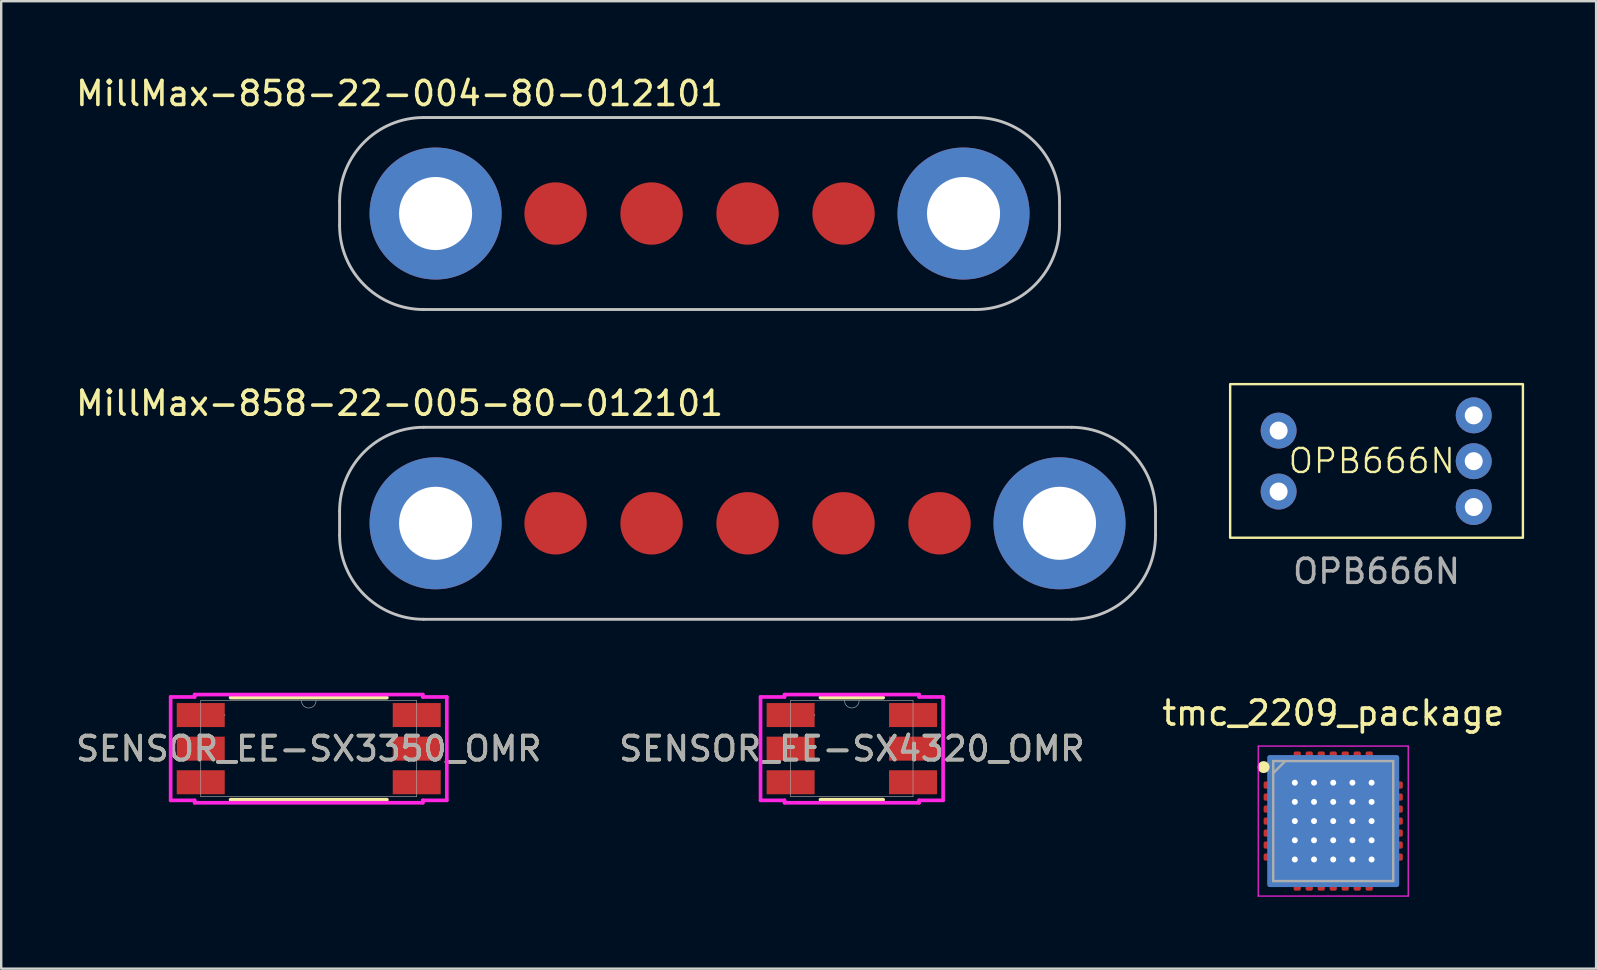
<source format=kicad_pcb>
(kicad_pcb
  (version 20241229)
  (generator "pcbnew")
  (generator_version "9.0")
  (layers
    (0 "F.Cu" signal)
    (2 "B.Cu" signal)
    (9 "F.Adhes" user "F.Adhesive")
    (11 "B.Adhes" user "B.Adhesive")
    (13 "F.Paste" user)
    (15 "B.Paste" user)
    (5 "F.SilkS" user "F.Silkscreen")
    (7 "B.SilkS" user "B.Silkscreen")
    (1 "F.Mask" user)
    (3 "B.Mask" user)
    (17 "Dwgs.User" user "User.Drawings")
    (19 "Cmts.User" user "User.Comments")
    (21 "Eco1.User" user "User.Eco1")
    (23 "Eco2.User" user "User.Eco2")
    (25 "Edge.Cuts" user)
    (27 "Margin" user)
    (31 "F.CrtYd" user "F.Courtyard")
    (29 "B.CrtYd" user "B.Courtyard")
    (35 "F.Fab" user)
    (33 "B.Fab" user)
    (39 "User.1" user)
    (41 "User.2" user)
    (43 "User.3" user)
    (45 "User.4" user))
  (footprint "SENSOR_EE-SX3350_OMR"
    (layer "F.Cu")
    (at 9.815 28.147)
    (property "Reference" "SENSOR_EE-SX3350_OMR" (at 0 0 0) (unlocked yes) (layer "F.SilkS") (effects (font (size 1 1) (thickness 0.15))))
    (attr smd)
    (fp_line (start -3.257 2.127) (end 3.257 2.127) (stroke (width 0.152) (type solid)) (layer "F.SilkS"))
    (fp_line (start 3.257 -2.127) (end -3.257 -2.127) (stroke (width 0.152) (type solid)) (layer "F.SilkS"))
    (fp_line (start -5.754 -2.154) (end -4.754 -2.154) (stroke (width 0.152) (type solid)) (layer "F.CrtYd"))
    (fp_line (start -5.754 2.154) (end -5.754 -2.154) (stroke (width 0.152) (type solid)) (layer "F.CrtYd"))
    (fp_line (start -5.754 2.154) (end -4.754 2.154) (stroke (width 0.152) (type solid)) (layer "F.CrtYd"))
    (fp_line (start -4.754 -2.254) (end 4.754 -2.254) (stroke (width 0.152) (type solid)) (layer "F.CrtYd"))
    (fp_line (start -4.754 -2.154) (end -4.754 -2.254) (stroke (width 0.152) (type solid)) (layer "F.CrtYd"))
    (fp_line (start -4.754 2.254) (end -4.754 2.154) (stroke (width 0.152) (type solid)) (layer "F.CrtYd"))
    (fp_line (start 4.754 -2.254) (end 4.754 -2.154) (stroke (width 0.152) (type solid)) (layer "F.CrtYd"))
    (fp_line (start 4.754 2.154) (end 4.754 2.254) (stroke (width 0.152) (type solid)) (layer "F.CrtYd"))
    (fp_line (start 4.754 2.254) (end -4.754 2.254) (stroke (width 0.152) (type solid)) (layer "F.CrtYd"))
    (fp_line (start 5.754 -2.154) (end 4.754 -2.154) (stroke (width 0.152) (type solid)) (layer "F.CrtYd"))
    (fp_line (start 5.754 -2.154) (end 5.754 2.154) (stroke (width 0.152) (type solid)) (layer "F.CrtYd"))
    (fp_line (start 5.754 2.154) (end 4.754 2.154) (stroke (width 0.152) (type solid)) (layer "F.CrtYd"))
    (fp_line (start -4.5 -2) (end -4.5 2) (stroke (width 0.025) (type solid)) (layer "F.Fab"))
    (fp_line (start -4.5 2) (end 4.5 2) (stroke (width 0.025) (type solid)) (layer "F.Fab"))
    (fp_line (start 4.5 -2) (end -4.5 -2) (stroke (width 0.025) (type solid)) (layer "F.Fab"))
    (fp_line (start 4.5 2) (end 4.5 -2) (stroke (width 0.025) (type solid)) (layer "F.Fab"))
    (fp_arc (start 0.3048 -2) (mid 0 -1.6952) (end -0.3048 -2) (stroke (width 0.0254) (type solid)) (layer "F.Fab"))
    (fp_circle (center -3.5 -1.4) (end -3.5 -1.4) (stroke (width 0.025) (type solid)) (fill no) (layer "F.Fab"))
    (fp_text user "${REFERENCE}" (at 0 0 0) (unlocked yes) (layer "F.Fab") (effects (font (size 1 1) (thickness 0.15))))
    (pad "1" smd rect (at -4.5 -1.4) (size 2 1) (layers "F.Cu" "F.Mask" "F.Paste"))
    (pad "2" smd rect (at -4.5 0) (size 2 1) (layers "F.Cu" "F.Mask" "F.Paste"))
    (pad "3" smd rect (at -4.5 1.4) (size 2 1) (layers "F.Cu" "F.Mask" "F.Paste"))
    (pad "4" smd rect (at 4.5 1.4) (size 2 1) (layers "F.Cu" "F.Mask" "F.Paste"))
    (pad "5" smd rect (at 4.5 0) (size 2 1) (layers "F.Cu" "F.Mask" "F.Paste"))
    (pad "6" smd rect (at 4.5 -1.4) (size 2 1) (layers "F.Cu" "F.Mask" "F.Paste")))
  (footprint "MillMax-858-22-005-80-012101"
    (layer "F.Cu")
    (at 28.101 18.756)
    (property "Reference" "MillMax-858-22-005-80-012101" (at -14.5 -5 0) (layer "F.SilkS") (effects (font (size 1 1) (thickness 0.15))))
    (attr through_hole)
    (fp_line (start -17 0.5) (end -17 -0.5) (stroke (width 0.12) (type solid)) (layer "Dwgs.User"))
    (fp_line (start 13.5 -4) (end -13.5 -4) (stroke (width 0.12) (type solid)) (layer "Dwgs.User"))
    (fp_line (start 13.5 4) (end -13.5 4) (stroke (width 0.12) (type solid)) (layer "Dwgs.User"))
    (fp_line (start 17 -0.5) (end 17 0.5) (stroke (width 0.12) (type solid)) (layer "Dwgs.User"))
    (fp_arc (start -17 -0.5) (mid -15.974874 -2.974874) (end -13.5 -4) (stroke (width 0.12) (type solid)) (layer "Dwgs.User"))
    (fp_arc (start -13.5 4) (mid -15.974874 2.974874) (end -17 0.5) (stroke (width 0.12) (type solid)) (layer "Dwgs.User"))
    (fp_arc (start 13.5 -4) (mid 15.974874 -2.974874) (end 17 -0.5) (stroke (width 0.12) (type solid)) (layer "Dwgs.User"))
    (fp_arc (start 17 0.5) (mid 15.974874 2.974874) (end 13.5 4) (stroke (width 0.12) (type solid)) (layer "Dwgs.User"))
    (pad "1" connect circle (at -8 0) (size 2.6 2.6) (layers "F.Cu" "F.Mask"))
    (pad "2" connect circle (at -4 0) (size 2.6 2.6) (layers "F.Cu" "F.Mask"))
    (pad "3" connect circle (at 0 0) (size 2.6 2.6) (layers "F.Cu" "F.Mask"))
    (pad "4" connect circle (at 4 0) (size 2.6 2.6) (layers "F.Cu" "F.Mask"))
    (pad "5" connect circle (at 8 0) (size 2.6 2.6) (layers "F.Cu" "F.Mask"))
    (pad "M1" thru_hole circle (at -13 0) (size 5.5 5.5) (drill 3.045) (layers "*.Cu" "*.Mask"))
    (pad "M2" thru_hole circle (at 13 0) (size 5.5 5.5) (drill 3.045) (layers "*.Cu" "*.Mask")))
  (footprint "MillMax-858-22-004-80-012101"
    (layer "F.Cu")
    (at 20.101 5.848)
    (property "Reference" "MillMax-858-22-004-80-012101" (at -6.5 -5 0) (layer "F.SilkS") (effects (font (size 1 1) (thickness 0.15))))
    (attr through_hole)
    (fp_line (start -9 0.5) (end -9 -0.5) (stroke (width 0.12) (type solid)) (layer "Dwgs.User"))
    (fp_line (start 17.5 -4) (end -5.5 -4) (stroke (width 0.12) (type solid)) (layer "Dwgs.User"))
    (fp_line (start 17.5 4) (end -5.5 4) (stroke (width 0.12) (type solid)) (layer "Dwgs.User"))
    (fp_line (start 21 -0.5) (end 21 0.5) (stroke (width 0.12) (type solid)) (layer "Dwgs.User"))
    (fp_arc (start -9 -0.5) (mid -7.974874 -2.974874) (end -5.5 -4) (stroke (width 0.12) (type solid)) (layer "Dwgs.User"))
    (fp_arc (start -5.5 4) (mid -7.974874 2.974874) (end -9 0.5) (stroke (width 0.12) (type solid)) (layer "Dwgs.User"))
    (fp_arc (start 17.5 -4) (mid 19.974874 -2.974874) (end 21 -0.5) (stroke (width 0.12) (type solid)) (layer "Dwgs.User"))
    (fp_arc (start 21 0.5) (mid 19.974874 2.974874) (end 17.5 4) (stroke (width 0.12) (type solid)) (layer "Dwgs.User"))
    (pad "1" connect circle (at 0 0) (size 2.6 2.6) (layers "F.Cu" "F.Mask"))
    (pad "2" connect circle (at 4 0) (size 2.6 2.6) (layers "F.Cu" "F.Mask"))
    (pad "3" connect circle (at 8 0) (size 2.6 2.6) (layers "F.Cu" "F.Mask"))
    (pad "4" connect circle (at 12 0) (size 2.6 2.6) (layers "F.Cu" "F.Mask"))
    (pad "M1" thru_hole circle (at -5 0) (size 5.5 5.5) (drill 3.045) (layers "*.Cu" "*.Mask"))
    (pad "M2" thru_hole circle (at 17 0) (size 5.5 5.5) (drill 3.045) (layers "*.Cu" "*.Mask")))
  (footprint "SENSOR_EE-SX4320_OMR"
    (layer "F.Cu")
    (at 32.446 28.147)
    (property "Reference" "SENSOR_EE-SX4320_OMR" (at 0 0 0) (unlocked yes) (layer "F.SilkS") (effects (font (size 1 1) (thickness 0.15))))
    (attr smd)
    (fp_line (start -1.307 2.127) (end 1.307 2.127) (stroke (width 0.152) (type solid)) (layer "F.SilkS"))
    (fp_line (start 1.307 -2.127) (end -1.307 -2.127) (stroke (width 0.152) (type solid)) (layer "F.SilkS"))
    (fp_line (start -3.804 -2.154) (end -2.804 -2.154) (stroke (width 0.152) (type solid)) (layer "F.CrtYd"))
    (fp_line (start -3.804 2.154) (end -3.804 -2.154) (stroke (width 0.152) (type solid)) (layer "F.CrtYd"))
    (fp_line (start -3.804 2.154) (end -2.804 2.154) (stroke (width 0.152) (type solid)) (layer "F.CrtYd"))
    (fp_line (start -2.804 -2.254) (end 2.804 -2.254) (stroke (width 0.152) (type solid)) (layer "F.CrtYd"))
    (fp_line (start -2.804 -2.154) (end -2.804 -2.254) (stroke (width 0.152) (type solid)) (layer "F.CrtYd"))
    (fp_line (start -2.804 2.254) (end -2.804 2.154) (stroke (width 0.152) (type solid)) (layer "F.CrtYd"))
    (fp_line (start 2.804 -2.254) (end 2.804 -2.154) (stroke (width 0.152) (type solid)) (layer "F.CrtYd"))
    (fp_line (start 2.804 2.154) (end 2.804 2.254) (stroke (width 0.152) (type solid)) (layer "F.CrtYd"))
    (fp_line (start 2.804 2.254) (end -2.804 2.254) (stroke (width 0.152) (type solid)) (layer "F.CrtYd"))
    (fp_line (start 3.804 -2.154) (end 2.804 -2.154) (stroke (width 0.152) (type solid)) (layer "F.CrtYd"))
    (fp_line (start 3.804 -2.154) (end 3.804 2.154) (stroke (width 0.152) (type solid)) (layer "F.CrtYd"))
    (fp_line (start 3.804 2.154) (end 2.804 2.154) (stroke (width 0.152) (type solid)) (layer "F.CrtYd"))
    (fp_line (start -2.55 -2) (end -2.55 2) (stroke (width 0.025) (type solid)) (layer "F.Fab"))
    (fp_line (start -2.55 2) (end 2.55 2) (stroke (width 0.025) (type solid)) (layer "F.Fab"))
    (fp_line (start 2.55 -2) (end -2.55 -2) (stroke (width 0.025) (type solid)) (layer "F.Fab"))
    (fp_line (start 2.55 2) (end 2.55 -2) (stroke (width 0.025) (type solid)) (layer "F.Fab"))
    (fp_arc (start 0.3048 -2) (mid 0 -1.6952) (end -0.3048 -2) (stroke (width 0.0254) (type solid)) (layer "F.Fab"))
    (fp_circle (center -1.55 -1.4) (end -1.55 -1.4) (stroke (width 0.025) (type solid)) (fill no) (layer "F.Fab"))
    (fp_text user "${REFERENCE}" (at 0 0 0) (unlocked yes) (layer "F.Fab") (effects (font (size 1 1) (thickness 0.15))))
    (pad "1" smd rect (at -2.55 -1.4) (size 2 1) (layers "F.Cu" "F.Mask" "F.Paste"))
    (pad "2" smd rect (at -2.55 0) (size 2 1) (layers "F.Cu" "F.Mask" "F.Paste"))
    (pad "3" smd rect (at -2.55 1.4) (size 2 1) (layers "F.Cu" "F.Mask" "F.Paste"))
    (pad "4" smd rect (at 2.55 1.4) (size 2 1) (layers "F.Cu" "F.Mask" "F.Paste"))
    (pad "5" smd rect (at 2.55 0) (size 2 1) (layers "F.Cu" "F.Mask" "F.Paste"))
    (pad "6" smd rect (at 2.55 -1.4) (size 2 1) (layers "F.Cu" "F.Mask" "F.Paste")))
  (footprint "tmc_2209_package"
    (layer "F.Cu")
    (at 52.506 31.165)
    (property "Reference" "tmc_2209_package" (at 0 -4.5 0) (layer "F.SilkS") (effects (font (size 1 1) (thickness 0.15))))
    (attr smd)
    (fp_circle (center -2.9 -2.25) (end -2.9 -2.125) (stroke (width 0.25) (type solid)) (fill no) (layer "F.SilkS"))
    (fp_line (start -3.125 -3.125) (end 3.125 -3.125) (stroke (width 0.05) (type solid)) (layer "F.CrtYd"))
    (fp_line (start -3.125 3.125) (end -3.125 -3.125) (stroke (width 0.05) (type solid)) (layer "F.CrtYd"))
    (fp_line (start 3.125 -3.125) (end 3.125 3.125) (stroke (width 0.05) (type solid)) (layer "F.CrtYd"))
    (fp_line (start 3.125 3.125) (end -3.125 3.125) (stroke (width 0.05) (type solid)) (layer "F.CrtYd"))
    (fp_line (start -2.5 -2.5) (end 2.5 -2.5) (stroke (width 0.1) (type solid)) (layer "F.Fab"))
    (fp_line (start -2.5 -2) (end -2 -2.5) (stroke (width 0.1) (type solid)) (layer "F.Fab"))
    (fp_line (start -2.5 2.5) (end -2.5 -2.5) (stroke (width 0.1) (type solid)) (layer "F.Fab"))
    (fp_line (start 2.5 -2.5) (end 2.5 2.5) (stroke (width 0.1) (type solid)) (layer "F.Fab"))
    (fp_line (start 2.5 2.5) (end -2.5 2.5) (stroke (width 0.1) (type solid)) (layer "F.Fab"))
    (pad "" smd roundrect (at -0.95 -0.95) (size 1.7 1.7) (layers "F.Cu" "F.Mask" "F.Paste") (roundrect_rratio 0.067))
    (pad "" smd roundrect (at -0.95 0.95) (size 1.7 1.7) (layers "F.Cu" "F.Mask" "F.Paste") (roundrect_rratio 0.067))
    (pad "" smd roundrect (at 0.95 -0.95) (size 1.7 1.7) (layers "F.Cu" "F.Mask" "F.Paste") (roundrect_rratio 0.067))
    (pad "" smd roundrect (at 0.95 0.95) (size 1.7 1.7) (layers "F.Cu" "F.Mask" "F.Paste") (roundrect_rratio 0.067))
    (pad "1" smd roundrect (at -2.5 -1.5 90) (size 0.3 0.8) (layers "F.Cu" "F.Mask" "F.Paste") (roundrect_rratio 0.25))
    (pad "2" smd roundrect (at -2.5 -1 90) (size 0.3 0.8) (layers "F.Cu" "F.Mask" "F.Paste") (roundrect_rratio 0.25))
    (pad "3" smd roundrect (at -2.5 -0.5 90) (size 0.3 0.8) (layers "F.Cu" "F.Mask" "F.Paste") (roundrect_rratio 0.25))
    (pad "4" smd roundrect (at -2.5 0 90) (size 0.3 0.8) (layers "F.Cu" "F.Mask" "F.Paste") (roundrect_rratio 0.25))
    (pad "5" smd roundrect (at -2.5 0.5 90) (size 0.3 0.8) (layers "F.Cu" "F.Mask" "F.Paste") (roundrect_rratio 0.25))
    (pad "6" smd roundrect (at -2.5 1 90) (size 0.3 0.8) (layers "F.Cu" "F.Mask" "F.Paste") (roundrect_rratio 0.25))
    (pad "7" smd roundrect (at -2.5 1.5 90) (size 0.3 0.8) (layers "F.Cu" "F.Mask" "F.Paste") (roundrect_rratio 0.25))
    (pad "8" smd roundrect (at -1.5 2.5) (size 0.3 0.8) (layers "F.Cu" "F.Mask" "F.Paste") (roundrect_rratio 0.25))
    (pad "9" smd roundrect (at -1 2.5) (size 0.3 0.8) (layers "F.Cu" "F.Mask" "F.Paste") (roundrect_rratio 0.25))
    (pad "10" smd roundrect (at -0.5 2.5) (size 0.3 0.8) (layers "F.Cu" "F.Mask" "F.Paste") (roundrect_rratio 0.25))
    (pad "11" smd roundrect (at 0 2.5) (size 0.3 0.8) (layers "F.Cu" "F.Mask" "F.Paste") (roundrect_rratio 0.25))
    (pad "12" smd roundrect (at 0.5 2.5) (size 0.3 0.8) (layers "F.Cu" "F.Mask" "F.Paste") (roundrect_rratio 0.25))
    (pad "13" smd roundrect (at 1 2.5) (size 0.3 0.8) (layers "F.Cu" "F.Mask" "F.Paste") (roundrect_rratio 0.25))
    (pad "14" smd roundrect (at 1.5 2.5) (size 0.3 0.8) (layers "F.Cu" "F.Mask" "F.Paste") (roundrect_rratio 0.25))
    (pad "15" smd roundrect (at 2.5 1.5 90) (size 0.3 0.8) (layers "F.Cu" "F.Mask" "F.Paste") (roundrect_rratio 0.25))
    (pad "16" smd roundrect (at 2.5 1 90) (size 0.3 0.8) (layers "F.Cu" "F.Mask" "F.Paste") (roundrect_rratio 0.25))
    (pad "17" smd roundrect (at 2.5 0.5 90) (size 0.3 0.8) (layers "F.Cu" "F.Mask" "F.Paste") (roundrect_rratio 0.25))
    (pad "18" smd roundrect (at 2.5 0 90) (size 0.3 0.8) (layers "F.Cu" "F.Mask" "F.Paste") (roundrect_rratio 0.25))
    (pad "19" smd roundrect (at 2.5 -0.5 90) (size 0.3 0.8) (layers "F.Cu" "F.Mask" "F.Paste") (roundrect_rratio 0.25))
    (pad "20" smd roundrect (at 2.5 -1 90) (size 0.3 0.8) (layers "F.Cu" "F.Mask" "F.Paste") (roundrect_rratio 0.25))
    (pad "21" smd roundrect (at 2.5 -1.5 90) (size 0.3 0.8) (layers "F.Cu" "F.Mask" "F.Paste") (roundrect_rratio 0.25))
    (pad "22" smd roundrect (at 1.5 -2.5) (size 0.3 0.8) (layers "F.Cu" "F.Mask" "F.Paste") (roundrect_rratio 0.25))
    (pad "23" smd roundrect (at 1 -2.5) (size 0.3 0.8) (layers "F.Cu" "F.Mask" "F.Paste") (roundrect_rratio 0.25))
    (pad "24" smd roundrect (at 0.5 -2.5) (size 0.3 0.8) (layers "F.Cu" "F.Mask" "F.Paste") (roundrect_rratio 0.25))
    (pad "25" smd roundrect (at 0 -2.5) (size 0.3 0.8) (layers "F.Cu" "F.Mask" "F.Paste") (roundrect_rratio 0.25))
    (pad "26" smd roundrect (at -0.5 -2.5) (size 0.3 0.8) (layers "F.Cu" "F.Mask" "F.Paste") (roundrect_rratio 0.25))
    (pad "27" smd roundrect (at -1 -2.5) (size 0.3 0.8) (layers "F.Cu" "F.Mask" "F.Paste") (roundrect_rratio 0.25))
    (pad "28" smd roundrect (at -1.5 -2.5) (size 0.3 0.8) (layers "F.Cu" "F.Mask" "F.Paste") (roundrect_rratio 0.25))
    (pad "29" thru_hole circle (at -1.6 -1.6) (size 0.55 0.55) (drill 0.25) (layers "*.Cu"))
    (pad "29" thru_hole circle (at -1.6 -0.8) (size 0.55 0.55) (drill 0.25) (layers "*.Cu"))
    (pad "29" thru_hole circle (at -1.6 0) (size 0.55 0.55) (drill 0.25) (layers "*.Cu"))
    (pad "29" thru_hole circle (at -1.6 0.8) (size 0.55 0.55) (drill 0.25) (layers "*.Cu"))
    (pad "29" thru_hole circle (at -1.6 1.6) (size 0.55 0.55) (drill 0.25) (layers "*.Cu"))
    (pad "29" thru_hole circle (at -0.8 -1.6) (size 0.55 0.55) (drill 0.25) (layers "*.Cu"))
    (pad "29" thru_hole circle (at -0.8 -0.8) (size 0.55 0.55) (drill 0.25) (layers "*.Cu"))
    (pad "29" thru_hole circle (at -0.8 0) (size 0.55 0.55) (drill 0.25) (layers "*.Cu"))
    (pad "29" thru_hole circle (at -0.8 0.8) (size 0.55 0.55) (drill 0.25) (layers "*.Cu"))
    (pad "29" thru_hole circle (at -0.8 1.6) (size 0.55 0.55) (drill 0.25) (layers "*.Cu"))
    (pad "29" thru_hole circle (at 0 -1.6) (size 0.55 0.55) (drill 0.25) (layers "*.Cu"))
    (pad "29" thru_hole circle (at 0 -0.8) (size 0.55 0.55) (drill 0.25) (layers "*.Cu"))
    (pad "29" thru_hole circle (at 0 0) (size 0.55 0.55) (drill 0.25) (layers "*.Cu"))
    (pad "29" smd roundrect (at 0 0) (size 3.8 3.8) (layers "F.Cu" "F.Mask") (roundrect_rratio 0.026))
    (pad "29" smd roundrect (at 0 0) (size 5.5 5.5) (layers "B.Cu" "B.Mask") (roundrect_rratio 0.018))
    (pad "29" thru_hole circle (at 0 0.8) (size 0.55 0.55) (drill 0.25) (layers "*.Cu"))
    (pad "29" thru_hole circle (at 0 1.6) (size 0.55 0.55) (drill 0.25) (layers "*.Cu"))
    (pad "29" thru_hole circle (at 0.8 -1.6) (size 0.55 0.55) (drill 0.25) (layers "*.Cu"))
    (pad "29" thru_hole circle (at 0.8 -0.8) (size 0.55 0.55) (drill 0.25) (layers "*.Cu"))
    (pad "29" thru_hole circle (at 0.8 0) (size 0.55 0.55) (drill 0.25) (layers "*.Cu"))
    (pad "29" thru_hole circle (at 0.8 0.8) (size 0.55 0.55) (drill 0.25) (layers "*.Cu"))
    (pad "29" thru_hole circle (at 0.8 1.6) (size 0.55 0.55) (drill 0.25) (layers "*.Cu"))
    (pad "29" thru_hole circle (at 1.6 -1.6) (size 0.55 0.55) (drill 0.25) (layers "*.Cu"))
    (pad "29" thru_hole circle (at 1.6 -0.8) (size 0.55 0.55) (drill 0.25) (layers "*.Cu"))
    (pad "29" thru_hole circle (at 1.6 0) (size 0.55 0.55) (drill 0.25) (layers "*.Cu"))
    (pad "29" thru_hole circle (at 1.6 0.8) (size 0.55 0.55) (drill 0.25) (layers "*.Cu"))
    (pad "29" thru_hole circle (at 1.6 1.6) (size 0.55 0.55) (drill 0.25) (layers "*.Cu")))
  (footprint "OPB666N"
    (layer "F.Cu")
    (at 54.311 16.158)
    (property "Reference" "OPB666N" (at -0.2 0 0) (unlocked yes) (layer "F.SilkS") (effects (font (size 1 1) (thickness 0.1))))
    (attr smd)
    (fp_rect (start -6.1 -3.2) (end 6.1 3.2) (stroke (width 0.1) (type default)) (fill no) (layer "F.SilkS"))
    (fp_text user "${REFERENCE}" (at 0 4.6 0) (unlocked yes) (layer "F.Fab") (effects (font (size 1 1) (thickness 0.15))))
    (pad "1" thru_hole roundrect (at -4.08 1.275) (size 1.5 1.5) (drill 0.75) (layers "*.Cu" "*.Mask") (roundrect_rratio 0.5))
    (pad "2" thru_hole roundrect (at -4.08 -1.265) (size 1.5 1.5) (drill 0.75) (layers "*.Cu" "*.Mask") (roundrect_rratio 0.5))
    (pad "3" thru_hole roundrect (at 4.05 -1.9) (size 1.5 1.5) (drill 0.75) (layers "*.Cu" "*.Mask") (roundrect_rratio 0.5))
    (pad "4" thru_hole roundrect (at 4.05 0.01) (size 1.5 1.5) (drill 0.75) (layers "*.Cu" "*.Mask") (roundrect_rratio 0.5))
    (pad "5" thru_hole roundrect (at 4.05 1.92) (size 1.5 1.5) (drill 0.75) (layers "*.Cu" "*.Mask" "Eco2.User") (roundrect_rratio 0.5)))
  (gr_rect
    (start -3 -3)
    (end 63.461 37.315)
    (stroke (width 0.1) (type default))
    (fill no)
    (layer "Edge.Cuts")))
</source>
